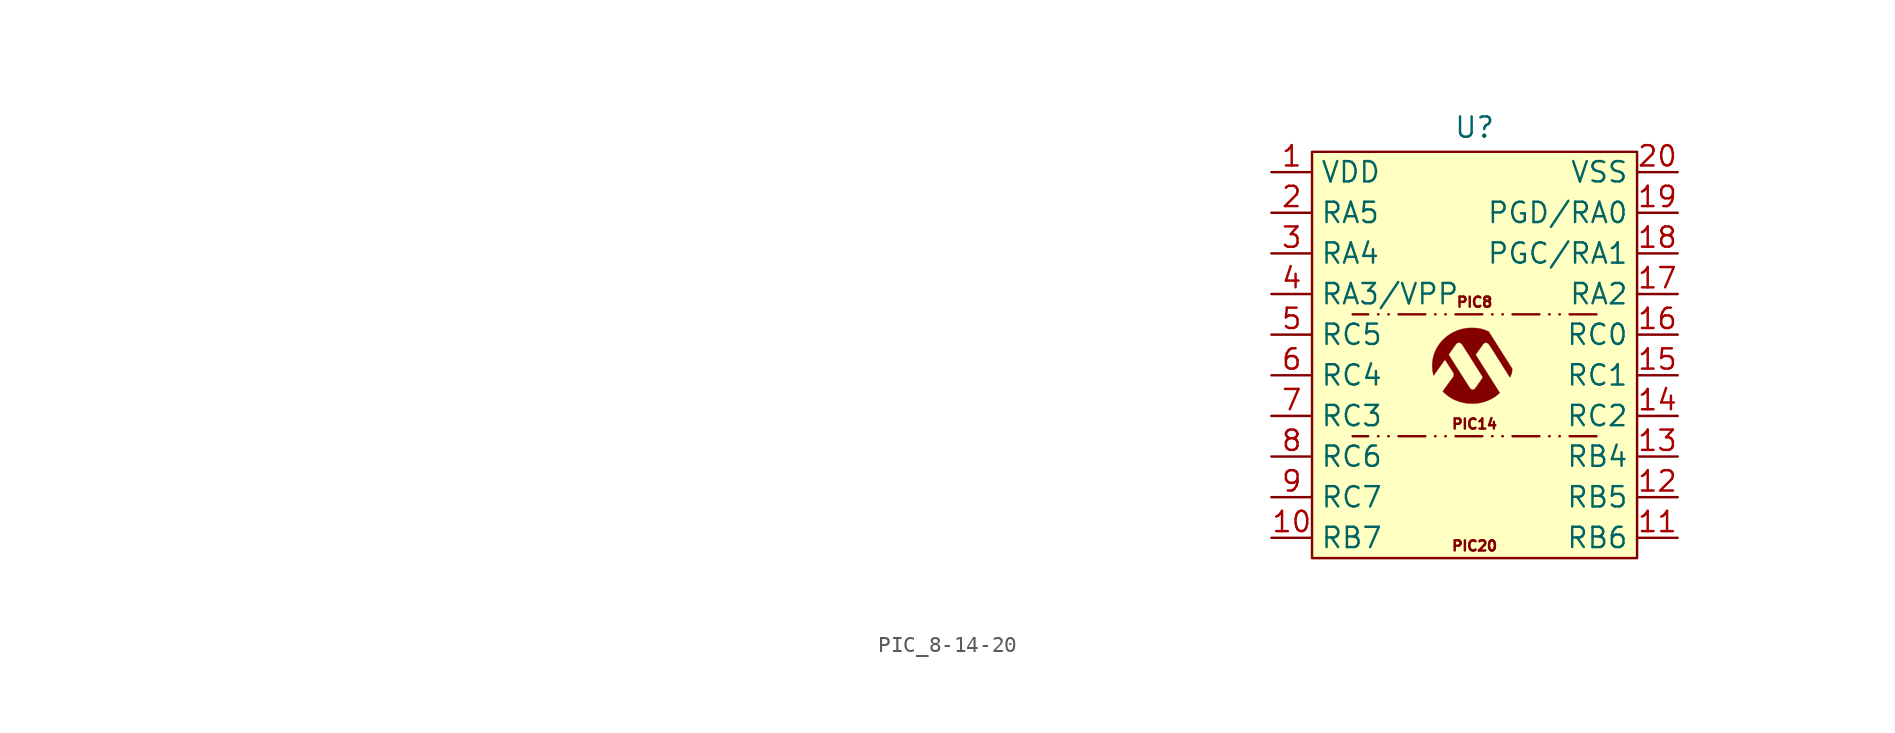
<source format=kicad_sym>
(kicad_symbol_lib
  (version 20241209)
  (generator "kicad_symbol_editor")
  (generator_version "9.0")
  (symbol "PIC_8-14-20"
    (property "Reference" "U"
      (at 0 10.414 0)
      (effects (font (size 1.27 1.27))))
    (property "Value" ""
      (at -78.74 -17.78 0)
      (effects (font (size 1.27 1.27))))
    (symbol "PIC_8-14-20_0_0"
      (polyline (pts (xy -0.028 -6.847) (xy 0.077 -6.84) (xy 0.179 -6.83) (xy 0.186 -6.829) (xy 0.311 -6.81) (xy 0.434 -6.785) (xy 0.556 -6.754) (xy 0.675 -6.717) (xy 0.792 -6.675) (xy 0.906 -6.626) (xy 1.019 -6.572) (xy 1.128 -6.512) (xy 1.235 -6.447) (xy 1.338 -6.376) (xy 1.439 -6.299) (xy 1.448 -6.292) (xy 1.463 -6.279) (xy 1.479 -6.266) (xy 1.496 -6.252) (xy 1.513 -6.237) (xy 1.529 -6.223) (xy 1.543 -6.21) (xy 1.556 -6.199) (xy 1.566 -6.19) (xy 1.573 -6.184) (xy 1.575 -6.181) (xy 1.574 -6.179) (xy 1.571 -6.174) (xy 1.569 -6.173) (xy 1.565 -6.166) (xy 1.558 -6.155) (xy 1.548 -6.14) (xy 1.537 -6.122) (xy 1.524 -6.101) (xy 1.509 -6.078) (xy 1.494 -6.054) (xy 1.479 -6.031) (xy 1.458 -5.998) (xy 1.436 -5.962) (xy 1.412 -5.925) (xy 1.389 -5.889) (xy 1.368 -5.855) (xy 1.349 -5.824) (xy 1.335 -5.802) (xy 1.314 -5.77) (xy 1.292 -5.735) (xy 1.27 -5.7) (xy 1.248 -5.665) (xy 1.228 -5.633) (xy 1.21 -5.605) (xy 1.209 -5.603) (xy 1.195 -5.581) (xy 1.178 -5.555) (xy 1.159 -5.524) (xy 1.138 -5.491) (xy 1.116 -5.456) (xy 1.093 -5.42) (xy 1.07 -5.383) (xy 1.047 -5.347) (xy 1.025 -5.312) (xy 1.006 -5.284) (xy 0.982 -5.245) (xy 0.956 -5.204) (xy 0.93 -5.162) (xy 0.903 -5.12) (xy 0.878 -5.08) (xy 0.854 -5.042) (xy 0.831 -5.006) (xy 0.812 -4.976) (xy 0.792 -4.944) (xy 0.768 -4.907) (xy 0.743 -4.867) (xy 0.716 -4.825) (xy 0.69 -4.783) (xy 0.664 -4.742) (xy 0.639 -4.703) (xy 0.617 -4.668) (xy 0.616 -4.666) (xy 0.594 -4.631) (xy 0.571 -4.594) (xy 0.546 -4.555) (xy 0.521 -4.516) (xy 0.496 -4.477) (xy 0.473 -4.44) (xy 0.452 -4.407) (xy 0.433 -4.377) (xy 0.418 -4.354) (xy 0.4 -4.325) (xy 0.379 -4.292) (xy 0.357 -4.256) (xy 0.333 -4.218) (xy 0.307 -4.178) (xy 0.282 -4.138) (xy 0.256 -4.097) (xy 0.231 -4.057) (xy 0.207 -4.019) (xy 0.064 -3.793) (xy 0.134 -3.695) (xy 0.182 -3.628) (xy 0.227 -3.565) (xy 0.268 -3.506) (xy 0.308 -3.451) (xy 0.345 -3.398) (xy 0.38 -3.348) (xy 0.415 -3.299) (xy 0.448 -3.252) (xy 0.455 -3.243) (xy 0.47 -3.221) (xy 0.485 -3.2) (xy 0.499 -3.181) (xy 0.512 -3.164) (xy 0.522 -3.152) (xy 0.529 -3.143) (xy 0.557 -3.113) (xy 0.588 -3.087) (xy 0.62 -3.067) (xy 0.652 -3.053) (xy 0.684 -3.044) (xy 0.716 -3.042) (xy 0.748 -3.046) (xy 0.748 -3.046) (xy 0.77 -3.053) (xy 0.793 -3.062) (xy 0.817 -3.074) (xy 0.837 -3.087) (xy 0.847 -3.095) (xy 0.864 -3.11) (xy 0.881 -3.127) (xy 0.899 -3.145) (xy 0.914 -3.163) (xy 0.915 -3.165) (xy 0.918 -3.169) (xy 0.922 -3.175) (xy 0.927 -3.182) (xy 0.934 -3.191) (xy 0.941 -3.202) (xy 0.949 -3.215) (xy 0.959 -3.23) (xy 0.971 -3.247) (xy 0.983 -3.267) (xy 0.998 -3.289) (xy 1.014 -3.314) (xy 1.032 -3.342) (xy 1.051 -3.373) (xy 1.073 -3.408) (xy 1.097 -3.445) (xy 1.123 -3.486) (xy 1.151 -3.53) (xy 1.182 -3.579) (xy 1.215 -3.631) (xy 1.25 -3.687) (xy 1.289 -3.747) (xy 1.329 -3.812) (xy 1.373 -3.881) (xy 1.42 -3.955) (xy 1.47 -4.034) (xy 1.522 -4.117) (xy 1.578 -4.206) (xy 1.637 -4.299) (xy 1.671 -4.353) (xy 1.722 -4.434) (xy 1.77 -4.51) (xy 1.815 -4.58) (xy 1.856 -4.646) (xy 1.895 -4.707) (xy 1.931 -4.764) (xy 1.964 -4.817) (xy 1.994 -4.865) (xy 2.022 -4.909) (xy 2.048 -4.949) (xy 2.071 -4.986) (xy 2.092 -5.019) (xy 2.11 -5.049) (xy 2.127 -5.075) (xy 2.141 -5.098) (xy 2.154 -5.119) (xy 2.165 -5.136) (xy 2.174 -5.151) (xy 2.182 -5.163) (xy 2.188 -5.173) (xy 2.193 -5.18) (xy 2.202 -5.194) (xy 2.209 -5.205) (xy 2.214 -5.21) (xy 2.216 -5.21) (xy 2.217 -5.206) (xy 2.221 -5.197) (xy 2.227 -5.184) (xy 2.234 -5.168) (xy 2.242 -5.148) (xy 2.251 -5.128) (xy 2.252 -5.127) (xy 2.266 -5.093) (xy 2.279 -5.064) (xy 2.289 -5.039) (xy 2.297 -5.017) (xy 2.304 -4.998) (xy 2.311 -4.979) (xy 2.316 -4.961) (xy 2.319 -4.95) (xy 2.331 -4.9) (xy 2.34 -4.845) (xy 2.347 -4.785) (xy 2.352 -4.72) (xy 2.354 -4.671) (xy 2.34 -4.649) (xy 2.338 -4.647) (xy 2.333 -4.639) (xy 2.325 -4.627) (xy 2.315 -4.61) (xy 2.302 -4.59) (xy 2.287 -4.567) (xy 2.271 -4.541) (xy 2.253 -4.513) (xy 2.234 -4.483) (xy 2.215 -4.453) (xy 2.195 -4.422) (xy 2.176 -4.391) (xy 2.157 -4.361) (xy 2.138 -4.332) (xy 2.121 -4.304) (xy 2.105 -4.279) (xy 2.09 -4.256) (xy 2.078 -4.236) (xy 2.071 -4.225) (xy 2.058 -4.205) (xy 2.045 -4.184) (xy 2.031 -4.162) (xy 2.018 -4.141) (xy 2.01 -4.128) (xy 1.998 -4.111) (xy 1.985 -4.089) (xy 1.969 -4.064) (xy 1.952 -4.038) (xy 1.934 -4.009) (xy 1.916 -3.981) (xy 1.898 -3.952) (xy 1.886 -3.934) (xy 1.872 -3.911) (xy 1.857 -3.888) (xy 1.843 -3.865) (xy 1.828 -3.842) (xy 1.813 -3.818) (xy 1.797 -3.793) (xy 1.78 -3.766) (xy 1.762 -3.737) (xy 1.742 -3.706) (xy 1.721 -3.672) (xy 1.697 -3.635) (xy 1.671 -3.593) (xy 1.642 -3.548) (xy 1.61 -3.498) (xy 1.576 -3.444) (xy 1.575 -3.443) (xy 1.558 -3.416) (xy 1.54 -3.388) (xy 1.522 -3.36) (xy 1.505 -3.333) (xy 1.49 -3.308) (xy 1.476 -3.286) (xy 1.465 -3.268) (xy 1.463 -3.266) (xy 1.454 -3.252) (xy 1.442 -3.233) (xy 1.428 -3.21) (xy 1.411 -3.184) (xy 1.393 -3.155) (xy 1.373 -3.123) (xy 1.351 -3.089) (xy 1.329 -3.054) (xy 1.307 -3.019) (xy 1.284 -2.983) (xy 1.261 -2.947) (xy 1.225 -2.89) (xy 1.192 -2.837) (xy 1.161 -2.789) (xy 1.133 -2.745) (xy 1.108 -2.706) (xy 1.086 -2.67) (xy 1.065 -2.637) (xy 1.046 -2.608) (xy 1.03 -2.581) (xy 1.014 -2.557) (xy 1.001 -2.535) (xy 0.988 -2.515) (xy 0.977 -2.497) (xy 0.966 -2.481) (xy 0.956 -2.465) (xy 0.947 -2.45) (xy 0.938 -2.436) (xy 0.934 -2.43) (xy 0.922 -2.411) (xy 0.91 -2.393) (xy 0.9 -2.377) (xy 0.892 -2.365) (xy 0.887 -2.357) (xy 0.884 -2.353) (xy 0.884 -2.353) (xy 0.879 -2.349) (xy 0.868 -2.344) (xy 0.853 -2.337) (xy 0.834 -2.328) (xy 0.813 -2.319) (xy 0.789 -2.309) (xy 0.763 -2.298) (xy 0.737 -2.287) (xy 0.711 -2.277) (xy 0.685 -2.267) (xy 0.661 -2.257) (xy 0.638 -2.249) (xy 0.619 -2.242) (xy 0.608 -2.238) (xy 0.586 -2.231) (xy 0.561 -2.223) (xy 0.534 -2.215) (xy 0.507 -2.207) (xy 0.481 -2.199) (xy 0.459 -2.193) (xy 0.44 -2.188) (xy 0.437 -2.187) (xy 0.399 -2.178) (xy 0.356 -2.169) (xy 0.31 -2.16) (xy 0.263 -2.152) (xy 0.216 -2.144) (xy 0.17 -2.138) (xy 0.129 -2.133) (xy 0.119 -2.132) (xy 0.093 -2.129) (xy 0.07 -2.127) (xy 0.049 -2.125) (xy 0.028 -2.124) (xy 0.008 -2.123) (xy -0.013 -2.122) (xy -0.037 -2.121) (xy -0.062 -2.121) (xy -0.092 -2.12) (xy -0.126 -2.12) (xy -0.165 -2.12) (xy -0.185 -2.12) (xy -0.22 -2.12) (xy -0.25 -2.12) (xy -0.275 -2.121) (xy -0.297 -2.121) (xy -0.316 -2.122) (xy -0.333 -2.122) (xy -0.349 -2.123) (xy -0.364 -2.124) (xy -0.38 -2.126) (xy -0.398 -2.127) (xy -0.459 -2.134) (xy -0.589 -2.153) (xy -0.715 -2.177) (xy -0.839 -2.207) (xy -0.96 -2.243) (xy -1.079 -2.284) (xy -1.195 -2.331) (xy -1.308 -2.384) (xy -1.419 -2.443) (xy -1.527 -2.507) (xy -1.577 -2.54) (xy -1.677 -2.609) (xy -1.773 -2.684) (xy -1.865 -2.763) (xy -1.953 -2.846) (xy -2.037 -2.932) (xy -2.115 -3.023) (xy -2.189 -3.116) (xy -2.257 -3.213) (xy -2.32 -3.313) (xy -2.366 -3.393) (xy -2.421 -3.501) (xy -2.47 -3.61) (xy -2.513 -3.72) (xy -2.536 -3.791) (xy -1.622 -3.791) (xy -1.621 -3.788) (xy -1.62 -3.783) (xy -1.616 -3.777) (xy -1.611 -3.768) (xy -1.603 -3.756) (xy -1.592 -3.74) (xy -1.579 -3.721) (xy -1.562 -3.697) (xy -1.553 -3.686) (xy -1.535 -3.659) (xy -1.513 -3.629) (xy -1.49 -3.597) (xy -1.466 -3.562) (xy -1.44 -3.526) (xy -1.414 -3.489) (xy -1.388 -3.452) (xy -1.362 -3.416) (xy -1.337 -3.38) (xy -1.313 -3.347) (xy -1.292 -3.316) (xy -1.272 -3.288) (xy -1.255 -3.265) (xy -1.242 -3.245) (xy -1.236 -3.238) (xy -1.217 -3.21) (xy -1.2 -3.187) (xy -1.186 -3.167) (xy -1.173 -3.151) (xy -1.163 -3.138) (xy -1.153 -3.126) (xy -1.143 -3.116) (xy -1.134 -3.107) (xy -1.124 -3.099) (xy -1.113 -3.09) (xy -1.084 -3.069) (xy -1.052 -3.051) (xy -1.02 -3.04) (xy -0.987 -3.036) (xy -0.954 -3.037) (xy -0.921 -3.045) (xy -0.888 -3.059) (xy -0.885 -3.06) (xy -0.862 -3.074) (xy -0.837 -3.093) (xy -0.812 -3.116) (xy -0.788 -3.141) (xy -0.767 -3.166) (xy -0.767 -3.167) (xy -0.762 -3.174) (xy -0.754 -3.186) (xy -0.743 -3.203) (xy -0.729 -3.224) (xy -0.712 -3.252) (xy -0.691 -3.283) (xy -0.668 -3.321) (xy -0.641 -3.363) (xy -0.611 -3.41) (xy -0.578 -3.462) (xy -0.541 -3.519) (xy -0.501 -3.582) (xy -0.458 -3.65) (xy -0.412 -3.723) (xy -0.363 -3.801) (xy -0.31 -3.884) (xy -0.254 -3.973) (xy -0.195 -4.066) (xy -0.133 -4.165) (xy -0.067 -4.269) (xy 0.002 -4.379) (xy 0.075 -4.494) (xy 0.15 -4.614) (xy 0.23 -4.739) (xy 0.312 -4.87) (xy 0.327 -4.894) (xy 0.346 -4.924) (xy 0.367 -4.957) (xy 0.389 -4.991) (xy 0.41 -5.026) (xy 0.431 -5.058) (xy 0.45 -5.088) (xy 0.46 -5.104) (xy 0.475 -5.128) (xy 0.488 -5.15) (xy 0.5 -5.169) (xy 0.51 -5.185) (xy 0.517 -5.198) (xy 0.522 -5.206) (xy 0.523 -5.21) (xy 0.523 -5.21) (xy 0.522 -5.212) (xy 0.519 -5.218) (xy 0.514 -5.226) (xy 0.506 -5.238) (xy 0.496 -5.253) (xy 0.484 -5.271) (xy 0.469 -5.293) (xy 0.451 -5.319) (xy 0.431 -5.349) (xy 0.407 -5.383) (xy 0.381 -5.421) (xy 0.352 -5.463) (xy 0.319 -5.511) (xy 0.283 -5.562) (xy 0.244 -5.619) (xy 0.201 -5.681) (xy 0.193 -5.692) (xy 0.175 -5.719) (xy 0.157 -5.745) (xy 0.14 -5.769) (xy 0.125 -5.79) (xy 0.113 -5.809) (xy 0.102 -5.824) (xy 0.094 -5.835) (xy 0.09 -5.842) (xy 0.078 -5.859) (xy 0.051 -5.893) (xy 0.022 -5.922) (xy -0.007 -5.947) (xy -0.036 -5.966) (xy -0.066 -5.979) (xy -0.094 -5.987) (xy -0.104 -5.989) (xy -0.115 -5.99) (xy -0.121 -5.99) (xy -0.14 -5.988) (xy -0.169 -5.98) (xy -0.197 -5.969) (xy -0.201 -5.967) (xy -0.229 -5.949) (xy -0.256 -5.925) (xy -0.283 -5.896) (xy -0.309 -5.862) (xy -0.334 -5.823) (xy -0.334 -5.822) (xy -0.341 -5.811) (xy -0.35 -5.797) (xy -0.361 -5.779) (xy -0.373 -5.76) (xy -0.385 -5.742) (xy -0.389 -5.736) (xy -0.401 -5.717) (xy -0.415 -5.694) (xy -0.431 -5.67) (xy -0.447 -5.644) (xy -0.464 -5.617) (xy -0.48 -5.592) (xy -0.482 -5.588) (xy -0.496 -5.566) (xy -0.513 -5.54) (xy -0.532 -5.51) (xy -0.552 -5.478) (xy -0.573 -5.445) (xy -0.595 -5.411) (xy -0.616 -5.378) (xy -0.636 -5.346) (xy -0.654 -5.317) (xy -0.678 -5.28) (xy -0.704 -5.24) (xy -0.73 -5.198) (xy -0.756 -5.157) (xy -0.781 -5.117) (xy -0.805 -5.08) (xy -0.826 -5.047) (xy -0.832 -5.037) (xy -0.851 -5.008) (xy -0.872 -4.974) (xy -0.896 -4.936) (xy -0.921 -4.897) (xy -0.947 -4.856) (xy -0.973 -4.814) (xy -1 -4.774) (xy -1.025 -4.734) (xy -1.049 -4.696) (xy -1.069 -4.664) (xy -1.09 -4.631) (xy -1.111 -4.598) (xy -1.131 -4.567) (xy -1.149 -4.538) (xy -1.165 -4.512) (xy -1.18 -4.489) (xy -1.192 -4.47) (xy -1.202 -4.455) (xy -1.208 -4.445) (xy -1.214 -4.436) (xy -1.222 -4.422) (xy -1.234 -4.404) (xy -1.248 -4.382) (xy -1.265 -4.356) (xy -1.283 -4.327) (xy -1.303 -4.295) (xy -1.324 -4.262) (xy -1.347 -4.227) (xy -1.37 -4.19) (xy -1.393 -4.154) (xy -1.417 -4.116) (xy -1.44 -4.08) (xy -1.463 -4.043) (xy -1.485 -4.009) (xy -1.506 -3.976) (xy -1.526 -3.945) (xy -1.544 -3.916) (xy -1.56 -3.891) (xy -1.573 -3.87) (xy -1.585 -3.852) (xy -1.596 -3.834) (xy -1.606 -3.818) (xy -1.613 -3.805) (xy -1.619 -3.796) (xy -1.621 -3.792) (xy -1.622 -3.791) (xy -2.536 -3.791) (xy -2.55 -3.833) (xy -2.581 -3.947) (xy -2.606 -4.064) (xy -2.624 -4.182) (xy -2.637 -4.302) (xy -2.639 -4.324) (xy -2.64 -4.352) (xy -2.64 -4.384) (xy -2.641 -4.419) (xy -2.641 -4.456) (xy -2.641 -4.494) (xy -2.64 -4.532) (xy -2.64 -4.569) (xy -2.639 -4.603) (xy -2.637 -4.635) (xy -2.636 -4.662) (xy -2.634 -4.684) (xy -2.626 -4.755) (xy -2.615 -4.833) (xy -2.602 -4.908) (xy -2.587 -4.981) (xy -2.568 -5.056) (xy -2.565 -5.069) (xy -2.562 -5.08) (xy -2.559 -5.086) (xy -2.558 -5.089) (xy -2.556 -5.088) (xy -2.554 -5.086) (xy -2.552 -5.083) (xy -2.546 -5.075) (xy -2.537 -5.063) (xy -2.526 -5.046) (xy -2.511 -5.026) (xy -2.494 -5.002) (xy -2.475 -4.975) (xy -2.454 -4.945) (xy -2.431 -4.913) (xy -2.406 -4.879) (xy -2.381 -4.843) (xy -2.354 -4.805) (xy -2.326 -4.766) (xy -2.298 -4.727) (xy -2.269 -4.687) (xy -2.241 -4.646) (xy -2.212 -4.607) (xy -2.184 -4.567) (xy -2.157 -4.529) (xy -2.13 -4.492) (xy -2.105 -4.456) (xy -2.081 -4.423) (xy -2.059 -4.391) (xy -2.038 -4.362) (xy -2.02 -4.337) (xy -2.004 -4.314) (xy -1.99 -4.295) (xy -1.979 -4.28) (xy -1.972 -4.269) (xy -1.971 -4.269) (xy -1.956 -4.247) (xy -1.938 -4.223) (xy -1.921 -4.198) (xy -1.904 -4.175) (xy -1.89 -4.155) (xy -1.886 -4.149) (xy -1.874 -4.133) (xy -1.865 -4.12) (xy -1.857 -4.109) (xy -1.851 -4.102) (xy -1.849 -4.099) (xy -1.847 -4.101) (xy -1.841 -4.109) (xy -1.833 -4.12) (xy -1.823 -4.135) (xy -1.811 -4.154) (xy -1.797 -4.176) (xy -1.782 -4.199) (xy -1.766 -4.225) (xy -1.74 -4.264) (xy -1.698 -4.331) (xy -1.658 -4.393) (xy -1.622 -4.45) (xy -1.589 -4.503) (xy -1.558 -4.551) (xy -1.53 -4.595) (xy -1.505 -4.634) (xy -1.482 -4.67) (xy -1.462 -4.702) (xy -1.443 -4.73) (xy -1.427 -4.755) (xy -1.413 -4.777) (xy -1.401 -4.796) (xy -1.391 -4.812) (xy -1.382 -4.826) (xy -1.374 -4.837) (xy -1.368 -4.846) (xy -1.363 -4.853) (xy -1.36 -4.858) (xy -1.357 -4.862) (xy -1.347 -4.876) (xy -1.328 -4.909) (xy -1.312 -4.943) (xy -1.3 -4.978) (xy -1.293 -5.013) (xy -1.29 -5.046) (xy -1.292 -5.077) (xy -1.293 -5.082) (xy -1.297 -5.103) (xy -1.304 -5.125) (xy -1.312 -5.146) (xy -1.32 -5.162) (xy -1.32 -5.163) (xy -1.323 -5.168) (xy -1.329 -5.176) (xy -1.336 -5.187) (xy -1.345 -5.2) (xy -1.357 -5.217) (xy -1.372 -5.238) (xy -1.389 -5.262) (xy -1.41 -5.291) (xy -1.434 -5.324) (xy -1.461 -5.362) (xy -1.464 -5.366) (xy -1.48 -5.387) (xy -1.496 -5.41) (xy -1.512 -5.432) (xy -1.527 -5.452) (xy -1.539 -5.469) (xy -1.544 -5.476) (xy -1.551 -5.485) (xy -1.558 -5.496) (xy -1.567 -5.508) (xy -1.577 -5.522) (xy -1.589 -5.538) (xy -1.602 -5.556) (xy -1.618 -5.578) (xy -1.635 -5.602) (xy -1.655 -5.63) (xy -1.678 -5.661) (xy -1.703 -5.696) (xy -1.731 -5.734) (xy -1.762 -5.778) (xy -1.797 -5.826) (xy -1.835 -5.878) (xy -1.84 -5.884) (xy -1.855 -5.906) (xy -1.872 -5.928) (xy -1.888 -5.95) (xy -1.902 -5.971) (xy -1.914 -5.987) (xy -1.922 -5.997) (xy -1.934 -6.015) (xy -1.947 -6.032) (xy -1.958 -6.047) (xy -1.966 -6.058) (xy -1.985 -6.083) (xy -1.965 -6.104) (xy -1.949 -6.12) (xy -1.901 -6.168) (xy -1.848 -6.216) (xy -1.792 -6.264) (xy -1.735 -6.311) (xy -1.678 -6.355) (xy -1.63 -6.39) (xy -1.528 -6.458) (xy -1.425 -6.521) (xy -1.318 -6.578) (xy -1.207 -6.63) (xy -1.138 -6.66) (xy -1.023 -6.703) (xy -0.904 -6.742) (xy -0.784 -6.774) (xy -0.661 -6.801) (xy -0.537 -6.822) (xy -0.411 -6.838) (xy -0.285 -6.847) (xy -0.237 -6.849) (xy -0.133 -6.85) (xy -0.028 -6.847)) (stroke (width 0.01) (type default)) (fill (type outline))))
    (symbol "PIC_8-14-20_1_1"
      (rectangle (start -10.16 8.89) (end 10.16 -16.51) (stroke (width 0) (type solid)) (fill (type background)))
      (polyline (pts (xy 7.62 -1.27) (xy -7.62 -1.27)) (stroke (width 0) (type dash_dot_dot)) (fill (type none)))
      (polyline (pts (xy 7.62 -8.89) (xy -7.62 -8.89)) (stroke (width 0) (type dash_dot_dot)) (fill (type none)))
      (text "PIC8" (at 0 -0.508 0) (effects (font (size 0.635 0.635))))
      (text "PIC14" (at 0 -8.128 0) (effects (font (size 0.635 0.635))))
      (text "PIC20" (at 0 -15.748 0) (effects (font (size 0.635 0.635))))
      (pin power_in line (at -12.7 7.62 0) (length 2.54) (name "VDD" (effects (font (size 1.27 1.27)))) (number "1" (effects (font (size 1.27 1.27)))))
      (pin bidirectional line (at -12.7 5.08 0) (length 2.54) (name "RA5" (effects (font (size 1.27 1.27)))) (number "2" (effects (font (size 1.27 1.27)))))
      (pin bidirectional line (at -12.7 2.54 0) (length 2.54) (name "RA4" (effects (font (size 1.27 1.27)))) (number "3" (effects (font (size 1.27 1.27)))))
      (pin bidirectional line (at -12.7 0 0) (length 2.54) (name "RA3/VPP" (effects (font (size 1.27 1.27)))) (number "4" (effects (font (size 1.27 1.27)))))
      (pin bidirectional line (at -12.7 -2.54 0) (length 2.54) (name "RC5" (effects (font (size 1.27 1.27)))) (number "5" (effects (font (size 1.27 1.27)))))
      (pin bidirectional line (at -12.7 -5.08 0) (length 2.54) (name "RC4" (effects (font (size 1.27 1.27)))) (number "6" (effects (font (size 1.27 1.27)))))
      (pin bidirectional line (at -12.7 -7.62 0) (length 2.54) (name "RC3" (effects (font (size 1.27 1.27)))) (number "7" (effects (font (size 1.27 1.27)))))
      (pin bidirectional line (at -12.7 -10.16 0) (length 2.54) (name "RC6" (effects (font (size 1.27 1.27)))) (number "8" (effects (font (size 1.27 1.27)))))
      (pin bidirectional line (at -12.7 -12.7 0) (length 2.54) (name "RC7" (effects (font (size 1.27 1.27)))) (number "9" (effects (font (size 1.27 1.27)))))
      (pin bidirectional line (at -12.7 -15.24 0) (length 2.54) (name "RB7" (effects (font (size 1.27 1.27)))) (number "10" (effects (font (size 1.27 1.27)))))
      (pin power_in line (at 12.7 7.62 180) (length 2.54) (name "VSS" (effects (font (size 1.27 1.27)))) (number "20" (effects (font (size 1.27 1.27)))))
      (pin bidirectional line (at 12.7 5.08 180) (length 2.54) (name "PGD/RA0" (effects (font (size 1.27 1.27)))) (number "19" (effects (font (size 1.27 1.27)))))
      (pin bidirectional line (at 12.7 2.54 180) (length 2.54) (name "PGC/RA1" (effects (font (size 1.27 1.27)))) (number "18" (effects (font (size 1.27 1.27)))))
      (pin bidirectional line (at 12.7 0 180) (length 2.54) (name "RA2" (effects (font (size 1.27 1.27)))) (number "17" (effects (font (size 1.27 1.27)))))
      (pin bidirectional line (at 12.7 -2.54 180) (length 2.54) (name "RC0" (effects (font (size 1.27 1.27)))) (number "16" (effects (font (size 1.27 1.27)))))
      (pin bidirectional line (at 12.7 -5.08 180) (length 2.54) (name "RC1" (effects (font (size 1.27 1.27)))) (number "15" (effects (font (size 1.27 1.27)))))
      (pin bidirectional line (at 12.7 -7.62 180) (length 2.54) (name "RC2" (effects (font (size 1.27 1.27)))) (number "14" (effects (font (size 1.27 1.27)))))
      (pin bidirectional line (at 12.7 -10.16 180) (length 2.54) (name "RB4" (effects (font (size 1.27 1.27)))) (number "13" (effects (font (size 1.27 1.27)))))
      (pin bidirectional line (at 12.7 -12.7 180) (length 2.54) (name "RB5" (effects (font (size 1.27 1.27)))) (number "12" (effects (font (size 1.27 1.27)))))
      (pin bidirectional line (at 12.7 -15.24 180) (length 2.54) (name "RB6" (effects (font (size 1.27 1.27)))) (number "11" (effects (font (size 1.27 1.27))))))))
</source>
